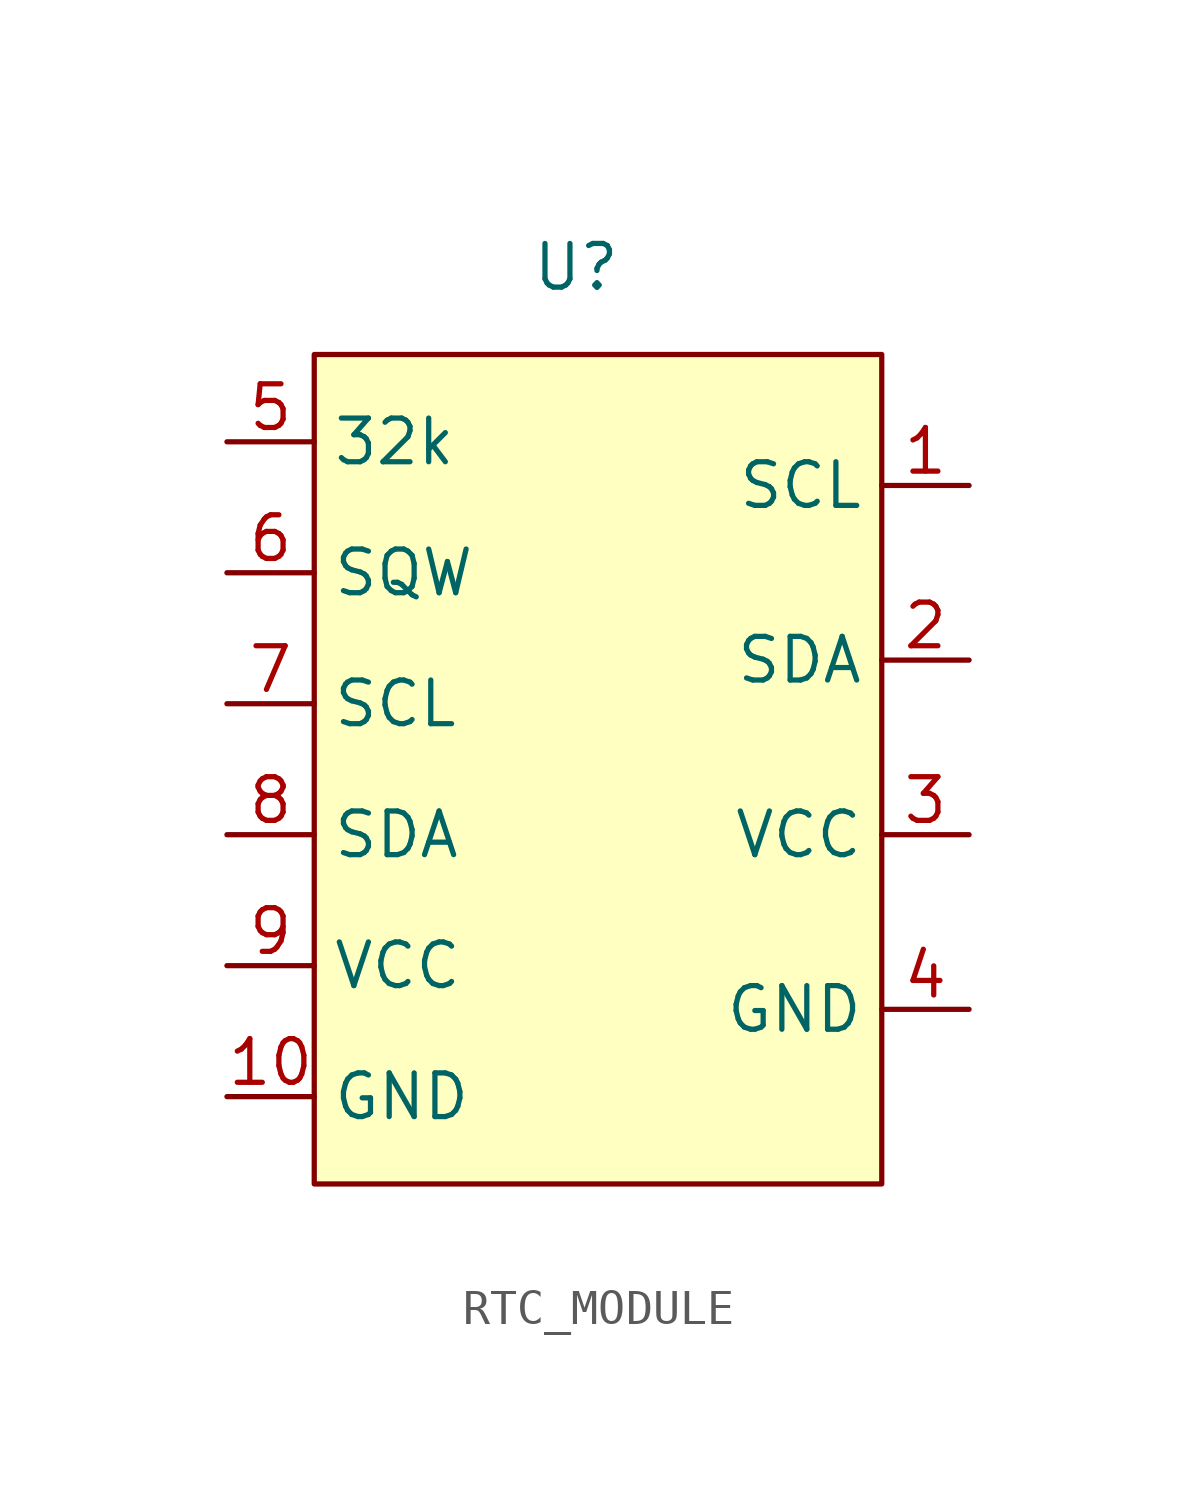
<source format=kicad_sym>
(kicad_symbol_lib
  (version 20241209)
  (generator "kicad_symbol_editor")
  (generator_version "9.0")
  (symbol "RTC_MODULE"
    (property "Reference" "U"
      (at 0 2.54 0)
      (effects (font (size 1.27 1.27))))
    (property "Value" ""
      (at 0 0 0)
      (effects (font (size 1.27 1.27))))
    (symbol "RTC_MODULE_1_1"
      (rectangle (start -7.62 0) (end 8.89 -24.13) (stroke (width 0) (type solid)) (fill (type background)))
      (pin input line (at -10.16 -2.54 0) (length 2.54) (name "32k" (effects (font (size 1.27 1.27)))) (number "5" (effects (font (size 1.27 1.27)))))
      (pin input line (at -10.16 -6.35 0) (length 2.54) (name "SQW" (effects (font (size 1.27 1.27)))) (number "6" (effects (font (size 1.27 1.27)))))
      (pin input line (at -10.16 -10.16 0) (length 2.54) (name "SCL" (effects (font (size 1.27 1.27)))) (number "7" (effects (font (size 1.27 1.27)))))
      (pin input line (at -10.16 -13.97 0) (length 2.54) (name "SDA" (effects (font (size 1.27 1.27)))) (number "8" (effects (font (size 1.27 1.27)))))
      (pin input line (at -10.16 -17.78 0) (length 2.54) (name "VCC" (effects (font (size 1.27 1.27)))) (number "9" (effects (font (size 1.27 1.27)))))
      (pin input line (at -10.16 -21.59 0) (length 2.54) (name "GND" (effects (font (size 1.27 1.27)))) (number "10" (effects (font (size 1.27 1.27)))))
      (pin input line (at 11.43 -3.81 180) (length 2.54) (name "SCL" (effects (font (size 1.27 1.27)))) (number "1" (effects (font (size 1.27 1.27)))))
      (pin input line (at 11.43 -8.89 180) (length 2.54) (name "SDA" (effects (font (size 1.27 1.27)))) (number "2" (effects (font (size 1.27 1.27)))))
      (pin input line (at 11.43 -13.97 180) (length 2.54) (name "VCC" (effects (font (size 1.27 1.27)))) (number "3" (effects (font (size 1.27 1.27)))))
      (pin input line (at 11.43 -19.05 180) (length 2.54) (name "GND" (effects (font (size 1.27 1.27)))) (number "4" (effects (font (size 1.27 1.27))))))))
</source>
